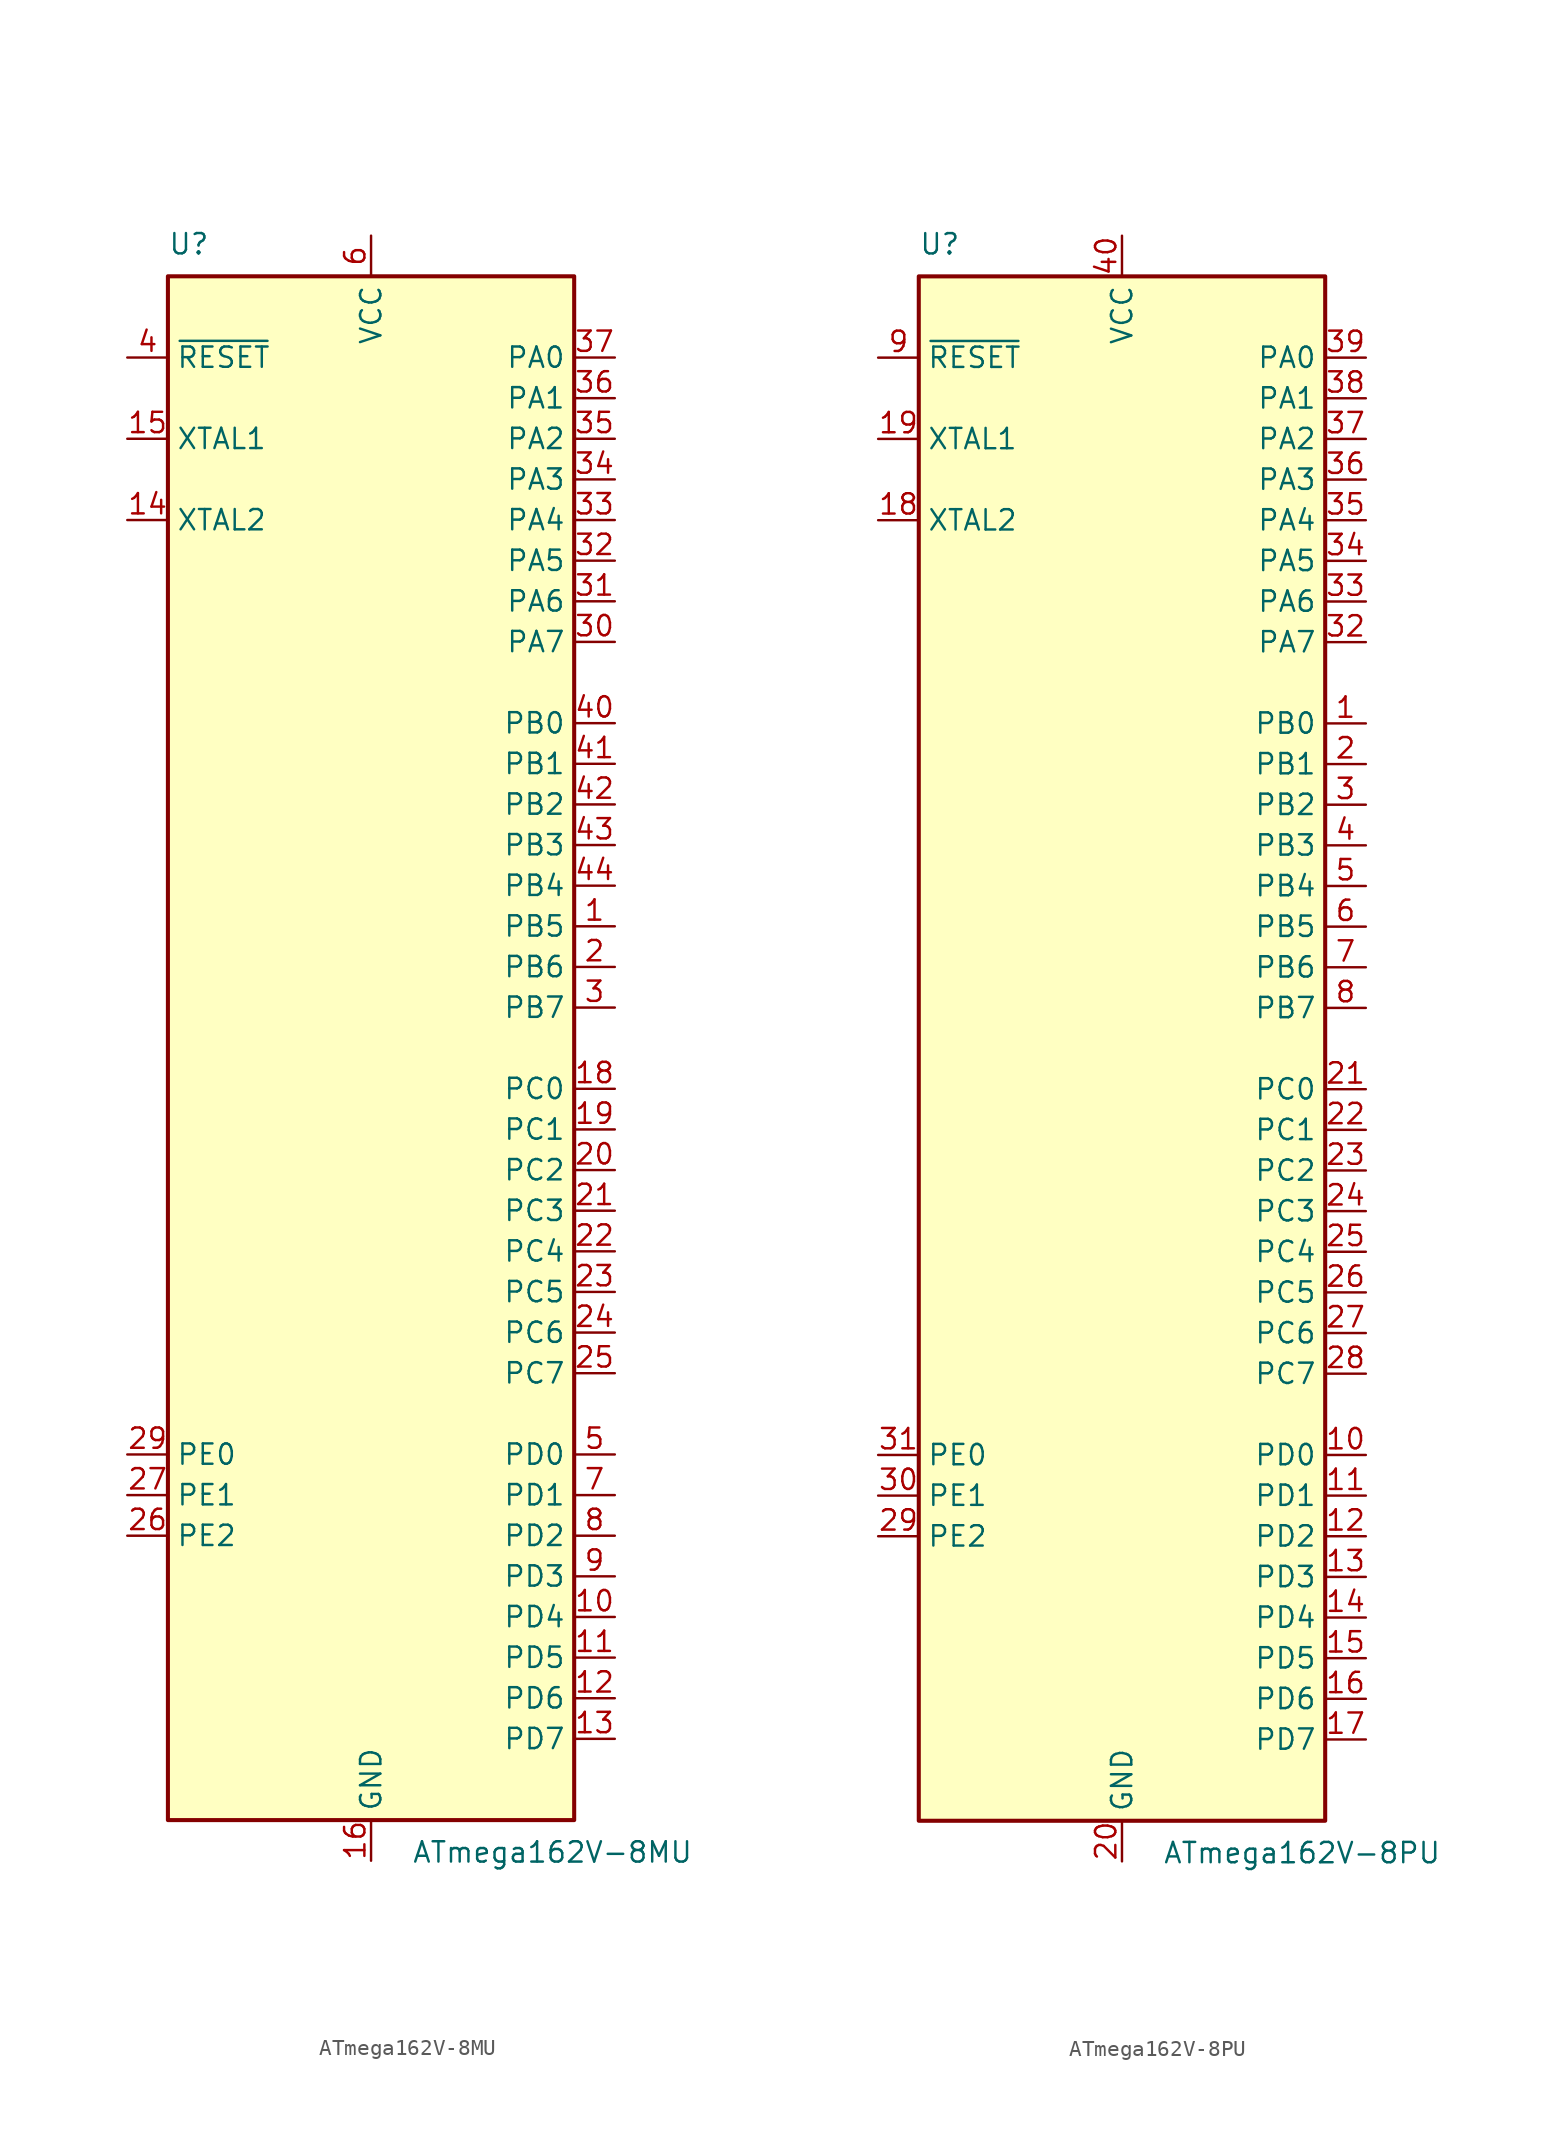
<source format=kicad_sym>
(kicad_symbol_lib
  (version 20201005)
  (generator kicad_symbol_editor)
  (symbol "ATmega162V-8MU"
    (property "Reference" "U"
      (at -12.7 49.53 0)
      (effects (font (size 1.27 1.27)) (justify left bottom)))
    (property "Value" "ATmega162V-8MU"
      (at 2.54 -49.53 0)
      (effects (font (size 1.27 1.27)) (justify left top)))
    (symbol "ATmega162V-8MU_0_1"
      (rectangle (start -12.7 -48.26) (end 12.7 48.26) (stroke (width 0.254)) (fill (type background))))
    (symbol "ATmega162V-8MU_1_1"
      (pin tri_state line (at 15.24 7.62 180) (length 2.54) (name "PB5" (effects (font (size 1.27 1.27)))) (number "1" (effects (font (size 1.27 1.27)))))
      (pin tri_state line (at 15.24 -35.56 180) (length 2.54) (name "PD4" (effects (font (size 1.27 1.27)))) (number "10" (effects (font (size 1.27 1.27)))))
      (pin tri_state line (at 15.24 -38.1 180) (length 2.54) (name "PD5" (effects (font (size 1.27 1.27)))) (number "11" (effects (font (size 1.27 1.27)))))
      (pin tri_state line (at 15.24 -40.64 180) (length 2.54) (name "PD6" (effects (font (size 1.27 1.27)))) (number "12" (effects (font (size 1.27 1.27)))))
      (pin tri_state line (at 15.24 -43.18 180) (length 2.54) (name "PD7" (effects (font (size 1.27 1.27)))) (number "13" (effects (font (size 1.27 1.27)))))
      (pin output line (at -15.24 33.02 0) (length 2.54) (name "XTAL2" (effects (font (size 1.27 1.27)))) (number "14" (effects (font (size 1.27 1.27)))))
      (pin input line (at -15.24 38.1 0) (length 2.54) (name "XTAL1" (effects (font (size 1.27 1.27)))) (number "15" (effects (font (size 1.27 1.27)))))
      (pin power_in line (at 0 -50.8 90) (length 2.54) (name "GND" (effects (font (size 1.27 1.27)))) (number "16" (effects (font (size 1.27 1.27)))))
      (pin passive line (at 0 50.8 270) (length 2.54) hide (name "VCC" (effects (font (size 1.27 1.27)))) (number "17" (effects (font (size 1.27 1.27)))))
      (pin tri_state line (at 15.24 -2.54 180) (length 2.54) (name "PC0" (effects (font (size 1.27 1.27)))) (number "18" (effects (font (size 1.27 1.27)))))
      (pin tri_state line (at 15.24 -5.08 180) (length 2.54) (name "PC1" (effects (font (size 1.27 1.27)))) (number "19" (effects (font (size 1.27 1.27)))))
      (pin tri_state line (at 15.24 5.08 180) (length 2.54) (name "PB6" (effects (font (size 1.27 1.27)))) (number "2" (effects (font (size 1.27 1.27)))))
      (pin tri_state line (at 15.24 -7.62 180) (length 2.54) (name "PC2" (effects (font (size 1.27 1.27)))) (number "20" (effects (font (size 1.27 1.27)))))
      (pin tri_state line (at 15.24 -10.16 180) (length 2.54) (name "PC3" (effects (font (size 1.27 1.27)))) (number "21" (effects (font (size 1.27 1.27)))))
      (pin tri_state line (at 15.24 -12.7 180) (length 2.54) (name "PC4" (effects (font (size 1.27 1.27)))) (number "22" (effects (font (size 1.27 1.27)))))
      (pin tri_state line (at 15.24 -15.24 180) (length 2.54) (name "PC5" (effects (font (size 1.27 1.27)))) (number "23" (effects (font (size 1.27 1.27)))))
      (pin tri_state line (at 15.24 -17.78 180) (length 2.54) (name "PC6" (effects (font (size 1.27 1.27)))) (number "24" (effects (font (size 1.27 1.27)))))
      (pin tri_state line (at 15.24 -20.32 180) (length 2.54) (name "PC7" (effects (font (size 1.27 1.27)))) (number "25" (effects (font (size 1.27 1.27)))))
      (pin tri_state line (at -15.24 -30.48 0) (length 2.54) (name "PE2" (effects (font (size 1.27 1.27)))) (number "26" (effects (font (size 1.27 1.27)))))
      (pin tri_state line (at -15.24 -27.94 0) (length 2.54) (name "PE1" (effects (font (size 1.27 1.27)))) (number "27" (effects (font (size 1.27 1.27)))))
      (pin passive line (at 0 -50.8 90) (length 2.54) hide (name "GND" (effects (font (size 1.27 1.27)))) (number "28" (effects (font (size 1.27 1.27)))))
      (pin tri_state line (at -15.24 -25.4 0) (length 2.54) (name "PE0" (effects (font (size 1.27 1.27)))) (number "29" (effects (font (size 1.27 1.27)))))
      (pin tri_state line (at 15.24 2.54 180) (length 2.54) (name "PB7" (effects (font (size 1.27 1.27)))) (number "3" (effects (font (size 1.27 1.27)))))
      (pin tri_state line (at 15.24 25.4 180) (length 2.54) (name "PA7" (effects (font (size 1.27 1.27)))) (number "30" (effects (font (size 1.27 1.27)))))
      (pin tri_state line (at 15.24 27.94 180) (length 2.54) (name "PA6" (effects (font (size 1.27 1.27)))) (number "31" (effects (font (size 1.27 1.27)))))
      (pin tri_state line (at 15.24 30.48 180) (length 2.54) (name "PA5" (effects (font (size 1.27 1.27)))) (number "32" (effects (font (size 1.27 1.27)))))
      (pin tri_state line (at 15.24 33.02 180) (length 2.54) (name "PA4" (effects (font (size 1.27 1.27)))) (number "33" (effects (font (size 1.27 1.27)))))
      (pin tri_state line (at 15.24 35.56 180) (length 2.54) (name "PA3" (effects (font (size 1.27 1.27)))) (number "34" (effects (font (size 1.27 1.27)))))
      (pin tri_state line (at 15.24 38.1 180) (length 2.54) (name "PA2" (effects (font (size 1.27 1.27)))) (number "35" (effects (font (size 1.27 1.27)))))
      (pin tri_state line (at 15.24 40.64 180) (length 2.54) (name "PA1" (effects (font (size 1.27 1.27)))) (number "36" (effects (font (size 1.27 1.27)))))
      (pin tri_state line (at 15.24 43.18 180) (length 2.54) (name "PA0" (effects (font (size 1.27 1.27)))) (number "37" (effects (font (size 1.27 1.27)))))
      (pin passive line (at 0 50.8 270) (length 2.54) hide (name "VCC" (effects (font (size 1.27 1.27)))) (number "38" (effects (font (size 1.27 1.27)))))
      (pin passive line (at 0 -50.8 90) (length 2.54) hide (name "GND" (effects (font (size 1.27 1.27)))) (number "39" (effects (font (size 1.27 1.27)))))
      (pin input line (at -15.24 43.18 0) (length 2.54) (name "~RESET" (effects (font (size 1.27 1.27)))) (number "4" (effects (font (size 1.27 1.27)))))
      (pin tri_state line (at 15.24 20.32 180) (length 2.54) (name "PB0" (effects (font (size 1.27 1.27)))) (number "40" (effects (font (size 1.27 1.27)))))
      (pin tri_state line (at 15.24 17.78 180) (length 2.54) (name "PB1" (effects (font (size 1.27 1.27)))) (number "41" (effects (font (size 1.27 1.27)))))
      (pin tri_state line (at 15.24 15.24 180) (length 2.54) (name "PB2" (effects (font (size 1.27 1.27)))) (number "42" (effects (font (size 1.27 1.27)))))
      (pin tri_state line (at 15.24 12.7 180) (length 2.54) (name "PB3" (effects (font (size 1.27 1.27)))) (number "43" (effects (font (size 1.27 1.27)))))
      (pin tri_state line (at 15.24 10.16 180) (length 2.54) (name "PB4" (effects (font (size 1.27 1.27)))) (number "44" (effects (font (size 1.27 1.27)))))
      (pin passive line (at 0 -50.8 90) (length 2.54) hide (name "GND" (effects (font (size 1.27 1.27)))) (number "45" (effects (font (size 1.27 1.27)))))
      (pin tri_state line (at 15.24 -25.4 180) (length 2.54) (name "PD0" (effects (font (size 1.27 1.27)))) (number "5" (effects (font (size 1.27 1.27)))))
      (pin power_in line (at 0 50.8 270) (length 2.54) (name "VCC" (effects (font (size 1.27 1.27)))) (number "6" (effects (font (size 1.27 1.27)))))
      (pin tri_state line (at 15.24 -27.94 180) (length 2.54) (name "PD1" (effects (font (size 1.27 1.27)))) (number "7" (effects (font (size 1.27 1.27)))))
      (pin tri_state line (at 15.24 -30.48 180) (length 2.54) (name "PD2" (effects (font (size 1.27 1.27)))) (number "8" (effects (font (size 1.27 1.27)))))
      (pin tri_state line (at 15.24 -33.02 180) (length 2.54) (name "PD3" (effects (font (size 1.27 1.27)))) (number "9" (effects (font (size 1.27 1.27)))))))
  (symbol "ATmega162V-8PU"
    (property "Reference" "U"
      (at -12.7 49.53 0)
      (effects (font (size 1.27 1.27)) (justify left bottom)))
    (property "Value" "ATmega162V-8PU"
      (at 2.54 -49.53 0)
      (effects (font (size 1.27 1.27)) (justify left top)))
    (symbol "ATmega162V-8PU_0_1"
      (rectangle (start -12.7 -48.26) (end 12.7 48.26) (stroke (width 0.254)) (fill (type background))))
    (symbol "ATmega162V-8PU_1_1"
      (pin tri_state line (at 15.24 20.32 180) (length 2.54) (name "PB0" (effects (font (size 1.27 1.27)))) (number "1" (effects (font (size 1.27 1.27)))))
      (pin tri_state line (at 15.24 -25.4 180) (length 2.54) (name "PD0" (effects (font (size 1.27 1.27)))) (number "10" (effects (font (size 1.27 1.27)))))
      (pin tri_state line (at 15.24 -27.94 180) (length 2.54) (name "PD1" (effects (font (size 1.27 1.27)))) (number "11" (effects (font (size 1.27 1.27)))))
      (pin tri_state line (at 15.24 -30.48 180) (length 2.54) (name "PD2" (effects (font (size 1.27 1.27)))) (number "12" (effects (font (size 1.27 1.27)))))
      (pin tri_state line (at 15.24 -33.02 180) (length 2.54) (name "PD3" (effects (font (size 1.27 1.27)))) (number "13" (effects (font (size 1.27 1.27)))))
      (pin tri_state line (at 15.24 -35.56 180) (length 2.54) (name "PD4" (effects (font (size 1.27 1.27)))) (number "14" (effects (font (size 1.27 1.27)))))
      (pin tri_state line (at 15.24 -38.1 180) (length 2.54) (name "PD5" (effects (font (size 1.27 1.27)))) (number "15" (effects (font (size 1.27 1.27)))))
      (pin tri_state line (at 15.24 -40.64 180) (length 2.54) (name "PD6" (effects (font (size 1.27 1.27)))) (number "16" (effects (font (size 1.27 1.27)))))
      (pin tri_state line (at 15.24 -43.18 180) (length 2.54) (name "PD7" (effects (font (size 1.27 1.27)))) (number "17" (effects (font (size 1.27 1.27)))))
      (pin output line (at -15.24 33.02 0) (length 2.54) (name "XTAL2" (effects (font (size 1.27 1.27)))) (number "18" (effects (font (size 1.27 1.27)))))
      (pin input line (at -15.24 38.1 0) (length 2.54) (name "XTAL1" (effects (font (size 1.27 1.27)))) (number "19" (effects (font (size 1.27 1.27)))))
      (pin tri_state line (at 15.24 17.78 180) (length 2.54) (name "PB1" (effects (font (size 1.27 1.27)))) (number "2" (effects (font (size 1.27 1.27)))))
      (pin power_in line (at 0 -50.8 90) (length 2.54) (name "GND" (effects (font (size 1.27 1.27)))) (number "20" (effects (font (size 1.27 1.27)))))
      (pin tri_state line (at 15.24 -2.54 180) (length 2.54) (name "PC0" (effects (font (size 1.27 1.27)))) (number "21" (effects (font (size 1.27 1.27)))))
      (pin tri_state line (at 15.24 -5.08 180) (length 2.54) (name "PC1" (effects (font (size 1.27 1.27)))) (number "22" (effects (font (size 1.27 1.27)))))
      (pin tri_state line (at 15.24 -7.62 180) (length 2.54) (name "PC2" (effects (font (size 1.27 1.27)))) (number "23" (effects (font (size 1.27 1.27)))))
      (pin tri_state line (at 15.24 -10.16 180) (length 2.54) (name "PC3" (effects (font (size 1.27 1.27)))) (number "24" (effects (font (size 1.27 1.27)))))
      (pin tri_state line (at 15.24 -12.7 180) (length 2.54) (name "PC4" (effects (font (size 1.27 1.27)))) (number "25" (effects (font (size 1.27 1.27)))))
      (pin tri_state line (at 15.24 -15.24 180) (length 2.54) (name "PC5" (effects (font (size 1.27 1.27)))) (number "26" (effects (font (size 1.27 1.27)))))
      (pin tri_state line (at 15.24 -17.78 180) (length 2.54) (name "PC6" (effects (font (size 1.27 1.27)))) (number "27" (effects (font (size 1.27 1.27)))))
      (pin tri_state line (at 15.24 -20.32 180) (length 2.54) (name "PC7" (effects (font (size 1.27 1.27)))) (number "28" (effects (font (size 1.27 1.27)))))
      (pin tri_state line (at -15.24 -30.48 0) (length 2.54) (name "PE2" (effects (font (size 1.27 1.27)))) (number "29" (effects (font (size 1.27 1.27)))))
      (pin tri_state line (at 15.24 15.24 180) (length 2.54) (name "PB2" (effects (font (size 1.27 1.27)))) (number "3" (effects (font (size 1.27 1.27)))))
      (pin tri_state line (at -15.24 -27.94 0) (length 2.54) (name "PE1" (effects (font (size 1.27 1.27)))) (number "30" (effects (font (size 1.27 1.27)))))
      (pin tri_state line (at -15.24 -25.4 0) (length 2.54) (name "PE0" (effects (font (size 1.27 1.27)))) (number "31" (effects (font (size 1.27 1.27)))))
      (pin tri_state line (at 15.24 25.4 180) (length 2.54) (name "PA7" (effects (font (size 1.27 1.27)))) (number "32" (effects (font (size 1.27 1.27)))))
      (pin tri_state line (at 15.24 27.94 180) (length 2.54) (name "PA6" (effects (font (size 1.27 1.27)))) (number "33" (effects (font (size 1.27 1.27)))))
      (pin tri_state line (at 15.24 30.48 180) (length 2.54) (name "PA5" (effects (font (size 1.27 1.27)))) (number "34" (effects (font (size 1.27 1.27)))))
      (pin tri_state line (at 15.24 33.02 180) (length 2.54) (name "PA4" (effects (font (size 1.27 1.27)))) (number "35" (effects (font (size 1.27 1.27)))))
      (pin tri_state line (at 15.24 35.56 180) (length 2.54) (name "PA3" (effects (font (size 1.27 1.27)))) (number "36" (effects (font (size 1.27 1.27)))))
      (pin tri_state line (at 15.24 38.1 180) (length 2.54) (name "PA2" (effects (font (size 1.27 1.27)))) (number "37" (effects (font (size 1.27 1.27)))))
      (pin tri_state line (at 15.24 40.64 180) (length 2.54) (name "PA1" (effects (font (size 1.27 1.27)))) (number "38" (effects (font (size 1.27 1.27)))))
      (pin tri_state line (at 15.24 43.18 180) (length 2.54) (name "PA0" (effects (font (size 1.27 1.27)))) (number "39" (effects (font (size 1.27 1.27)))))
      (pin tri_state line (at 15.24 12.7 180) (length 2.54) (name "PB3" (effects (font (size 1.27 1.27)))) (number "4" (effects (font (size 1.27 1.27)))))
      (pin power_in line (at 0 50.8 270) (length 2.54) (name "VCC" (effects (font (size 1.27 1.27)))) (number "40" (effects (font (size 1.27 1.27)))))
      (pin tri_state line (at 15.24 10.16 180) (length 2.54) (name "PB4" (effects (font (size 1.27 1.27)))) (number "5" (effects (font (size 1.27 1.27)))))
      (pin tri_state line (at 15.24 7.62 180) (length 2.54) (name "PB5" (effects (font (size 1.27 1.27)))) (number "6" (effects (font (size 1.27 1.27)))))
      (pin tri_state line (at 15.24 5.08 180) (length 2.54) (name "PB6" (effects (font (size 1.27 1.27)))) (number "7" (effects (font (size 1.27 1.27)))))
      (pin tri_state line (at 15.24 2.54 180) (length 2.54) (name "PB7" (effects (font (size 1.27 1.27)))) (number "8" (effects (font (size 1.27 1.27)))))
      (pin input line (at -15.24 43.18 0) (length 2.54) (name "~RESET" (effects (font (size 1.27 1.27)))) (number "9" (effects (font (size 1.27 1.27))))))))
</source>
